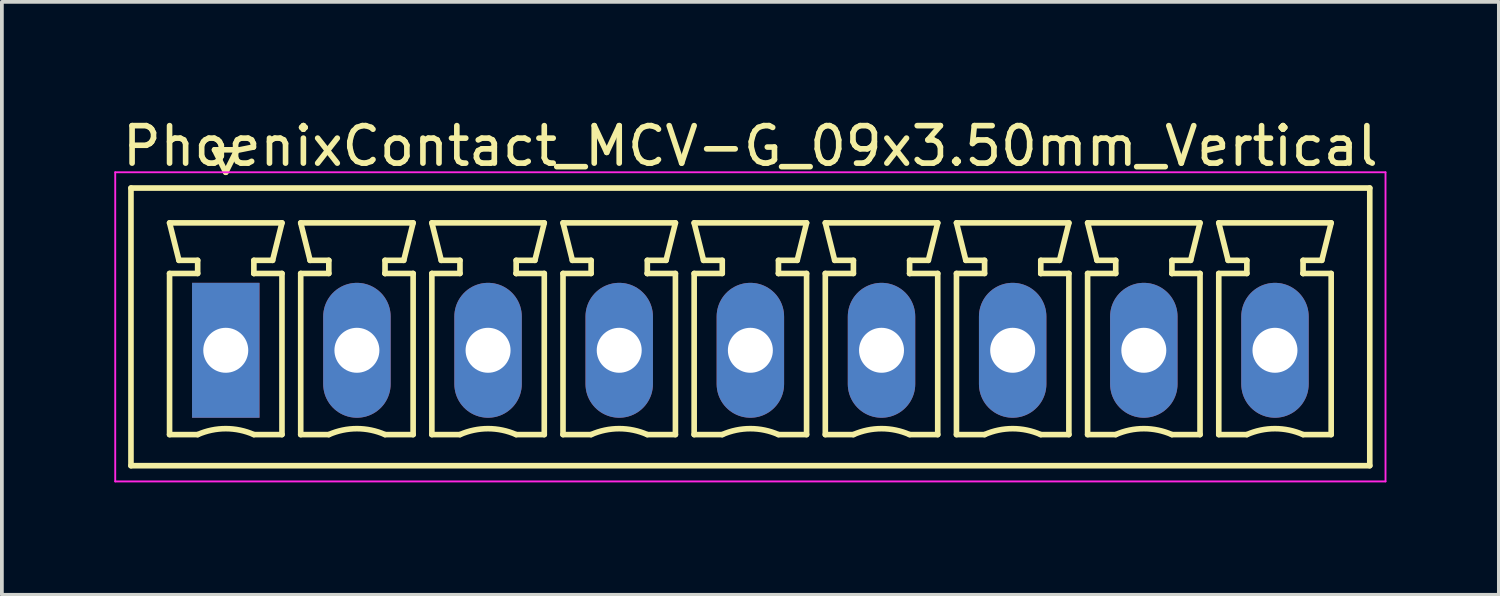
<source format=kicad_pcb>
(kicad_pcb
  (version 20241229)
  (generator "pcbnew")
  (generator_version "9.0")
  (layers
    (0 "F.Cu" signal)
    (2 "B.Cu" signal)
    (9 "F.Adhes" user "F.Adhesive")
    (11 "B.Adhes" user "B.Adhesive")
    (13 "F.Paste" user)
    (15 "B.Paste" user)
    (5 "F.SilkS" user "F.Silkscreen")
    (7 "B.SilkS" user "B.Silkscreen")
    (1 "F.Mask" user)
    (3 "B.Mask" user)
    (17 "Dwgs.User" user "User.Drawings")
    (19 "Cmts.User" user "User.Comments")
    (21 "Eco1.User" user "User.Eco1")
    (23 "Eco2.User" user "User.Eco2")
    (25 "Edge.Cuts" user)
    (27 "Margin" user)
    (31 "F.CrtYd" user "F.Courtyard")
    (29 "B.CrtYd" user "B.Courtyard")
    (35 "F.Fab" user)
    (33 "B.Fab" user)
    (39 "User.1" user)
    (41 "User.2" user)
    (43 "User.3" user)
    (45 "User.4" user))
  (footprint "PhoenixContact_MCV-G_09x3.50mm_Vertical"
    (layer "F.Cu")
    (at 2.975 6.298)
    (property "Reference" "PhoenixContact_MCV-G_09x3.50mm_Vertical" (at 14 -5.45 0) (layer "F.SilkS") (effects (font (size 1 1) (thickness 0.15))))
    (attr through_hole)
    (fp_line (start -2.53 -4.33) (end -2.53 3.08) (stroke (width 0.15) (type solid)) (layer "F.SilkS"))
    (fp_line (start -2.53 3.08) (end 30.53 3.08) (stroke (width 0.15) (type solid)) (layer "F.SilkS"))
    (fp_line (start -1.5 -3.4) (end 1.5 -3.4) (stroke (width 0.15) (type solid)) (layer "F.SilkS"))
    (fp_line (start -1.5 -2.05) (end -0.75 -2.05) (stroke (width 0.15) (type solid)) (layer "F.SilkS"))
    (fp_line (start -1.5 2.25) (end -1.5 -2.05) (stroke (width 0.15) (type solid)) (layer "F.SilkS"))
    (fp_line (start -1.25 -2.4) (end -1.5 -3.4) (stroke (width 0.15) (type solid)) (layer "F.SilkS"))
    (fp_line (start -0.75 -2.4) (end -1.25 -2.4) (stroke (width 0.15) (type solid)) (layer "F.SilkS"))
    (fp_line (start -0.75 -2.05) (end -0.75 -2.4) (stroke (width 0.15) (type solid)) (layer "F.SilkS"))
    (fp_line (start -0.75 2.25) (end -1.5 2.25) (stroke (width 0.15) (type solid)) (layer "F.SilkS"))
    (fp_line (start -0.3 -5.35) (end 0 -4.75) (stroke (width 0.15) (type solid)) (layer "F.SilkS"))
    (fp_line (start 0 -4.75) (end 0.3 -5.35) (stroke (width 0.15) (type solid)) (layer "F.SilkS"))
    (fp_line (start 0.3 -5.35) (end -0.3 -5.35) (stroke (width 0.15) (type solid)) (layer "F.SilkS"))
    (fp_line (start 0.75 -2.4) (end 0.75 -2.05) (stroke (width 0.15) (type solid)) (layer "F.SilkS"))
    (fp_line (start 0.75 -2.05) (end 0.75 -2.05) (stroke (width 0.15) (type solid)) (layer "F.SilkS"))
    (fp_line (start 0.75 -2.05) (end 1.5 -2.05) (stroke (width 0.15) (type solid)) (layer "F.SilkS"))
    (fp_line (start 1.25 -2.4) (end 0.75 -2.4) (stroke (width 0.15) (type solid)) (layer "F.SilkS"))
    (fp_line (start 1.5 -3.4) (end 1.25 -2.4) (stroke (width 0.15) (type solid)) (layer "F.SilkS"))
    (fp_line (start 1.5 -2.05) (end 1.5 2.25) (stroke (width 0.15) (type solid)) (layer "F.SilkS"))
    (fp_line (start 1.5 2.25) (end 0.75 2.25) (stroke (width 0.15) (type solid)) (layer "F.SilkS"))
    (fp_line (start 2 -3.4) (end 5 -3.4) (stroke (width 0.15) (type solid)) (layer "F.SilkS"))
    (fp_line (start 2 -2.05) (end 2.75 -2.05) (stroke (width 0.15) (type solid)) (layer "F.SilkS"))
    (fp_line (start 2 2.25) (end 2 -2.05) (stroke (width 0.15) (type solid)) (layer "F.SilkS"))
    (fp_line (start 2.25 -2.4) (end 2 -3.4) (stroke (width 0.15) (type solid)) (layer "F.SilkS"))
    (fp_line (start 2.75 -2.4) (end 2.25 -2.4) (stroke (width 0.15) (type solid)) (layer "F.SilkS"))
    (fp_line (start 2.75 -2.05) (end 2.75 -2.4) (stroke (width 0.15) (type solid)) (layer "F.SilkS"))
    (fp_line (start 2.75 2.25) (end 2 2.25) (stroke (width 0.15) (type solid)) (layer "F.SilkS"))
    (fp_line (start 4.25 -2.4) (end 4.25 -2.05) (stroke (width 0.15) (type solid)) (layer "F.SilkS"))
    (fp_line (start 4.25 -2.05) (end 4.25 -2.05) (stroke (width 0.15) (type solid)) (layer "F.SilkS"))
    (fp_line (start 4.25 -2.05) (end 5 -2.05) (stroke (width 0.15) (type solid)) (layer "F.SilkS"))
    (fp_line (start 4.75 -2.4) (end 4.25 -2.4) (stroke (width 0.15) (type solid)) (layer "F.SilkS"))
    (fp_line (start 5 -3.4) (end 4.75 -2.4) (stroke (width 0.15) (type solid)) (layer "F.SilkS"))
    (fp_line (start 5 -2.05) (end 5 2.25) (stroke (width 0.15) (type solid)) (layer "F.SilkS"))
    (fp_line (start 5 2.25) (end 4.25 2.25) (stroke (width 0.15) (type solid)) (layer "F.SilkS"))
    (fp_line (start 5.5 -3.4) (end 8.5 -3.4) (stroke (width 0.15) (type solid)) (layer "F.SilkS"))
    (fp_line (start 5.5 -2.05) (end 6.25 -2.05) (stroke (width 0.15) (type solid)) (layer "F.SilkS"))
    (fp_line (start 5.5 2.25) (end 5.5 -2.05) (stroke (width 0.15) (type solid)) (layer "F.SilkS"))
    (fp_line (start 5.75 -2.4) (end 5.5 -3.4) (stroke (width 0.15) (type solid)) (layer "F.SilkS"))
    (fp_line (start 6.25 -2.4) (end 5.75 -2.4) (stroke (width 0.15) (type solid)) (layer "F.SilkS"))
    (fp_line (start 6.25 -2.05) (end 6.25 -2.4) (stroke (width 0.15) (type solid)) (layer "F.SilkS"))
    (fp_line (start 6.25 2.25) (end 5.5 2.25) (stroke (width 0.15) (type solid)) (layer "F.SilkS"))
    (fp_line (start 7.75 -2.4) (end 7.75 -2.05) (stroke (width 0.15) (type solid)) (layer "F.SilkS"))
    (fp_line (start 7.75 -2.05) (end 7.75 -2.05) (stroke (width 0.15) (type solid)) (layer "F.SilkS"))
    (fp_line (start 7.75 -2.05) (end 8.5 -2.05) (stroke (width 0.15) (type solid)) (layer "F.SilkS"))
    (fp_line (start 8.25 -2.4) (end 7.75 -2.4) (stroke (width 0.15) (type solid)) (layer "F.SilkS"))
    (fp_line (start 8.5 -3.4) (end 8.25 -2.4) (stroke (width 0.15) (type solid)) (layer "F.SilkS"))
    (fp_line (start 8.5 -2.05) (end 8.5 2.25) (stroke (width 0.15) (type solid)) (layer "F.SilkS"))
    (fp_line (start 8.5 2.25) (end 7.75 2.25) (stroke (width 0.15) (type solid)) (layer "F.SilkS"))
    (fp_line (start 9 -3.4) (end 12 -3.4) (stroke (width 0.15) (type solid)) (layer "F.SilkS"))
    (fp_line (start 9 -2.05) (end 9.75 -2.05) (stroke (width 0.15) (type solid)) (layer "F.SilkS"))
    (fp_line (start 9 2.25) (end 9 -2.05) (stroke (width 0.15) (type solid)) (layer "F.SilkS"))
    (fp_line (start 9.25 -2.4) (end 9 -3.4) (stroke (width 0.15) (type solid)) (layer "F.SilkS"))
    (fp_line (start 9.75 -2.4) (end 9.25 -2.4) (stroke (width 0.15) (type solid)) (layer "F.SilkS"))
    (fp_line (start 9.75 -2.05) (end 9.75 -2.4) (stroke (width 0.15) (type solid)) (layer "F.SilkS"))
    (fp_line (start 9.75 2.25) (end 9 2.25) (stroke (width 0.15) (type solid)) (layer "F.SilkS"))
    (fp_line (start 11.25 -2.4) (end 11.25 -2.05) (stroke (width 0.15) (type solid)) (layer "F.SilkS"))
    (fp_line (start 11.25 -2.05) (end 11.25 -2.05) (stroke (width 0.15) (type solid)) (layer "F.SilkS"))
    (fp_line (start 11.25 -2.05) (end 12 -2.05) (stroke (width 0.15) (type solid)) (layer "F.SilkS"))
    (fp_line (start 11.75 -2.4) (end 11.25 -2.4) (stroke (width 0.15) (type solid)) (layer "F.SilkS"))
    (fp_line (start 12 -3.4) (end 11.75 -2.4) (stroke (width 0.15) (type solid)) (layer "F.SilkS"))
    (fp_line (start 12 -2.05) (end 12 2.25) (stroke (width 0.15) (type solid)) (layer "F.SilkS"))
    (fp_line (start 12 2.25) (end 11.25 2.25) (stroke (width 0.15) (type solid)) (layer "F.SilkS"))
    (fp_line (start 12.5 -3.4) (end 15.5 -3.4) (stroke (width 0.15) (type solid)) (layer "F.SilkS"))
    (fp_line (start 12.5 -2.05) (end 13.25 -2.05) (stroke (width 0.15) (type solid)) (layer "F.SilkS"))
    (fp_line (start 12.5 2.25) (end 12.5 -2.05) (stroke (width 0.15) (type solid)) (layer "F.SilkS"))
    (fp_line (start 12.75 -2.4) (end 12.5 -3.4) (stroke (width 0.15) (type solid)) (layer "F.SilkS"))
    (fp_line (start 13.25 -2.4) (end 12.75 -2.4) (stroke (width 0.15) (type solid)) (layer "F.SilkS"))
    (fp_line (start 13.25 -2.05) (end 13.25 -2.4) (stroke (width 0.15) (type solid)) (layer "F.SilkS"))
    (fp_line (start 13.25 2.25) (end 12.5 2.25) (stroke (width 0.15) (type solid)) (layer "F.SilkS"))
    (fp_line (start 14.75 -2.4) (end 14.75 -2.05) (stroke (width 0.15) (type solid)) (layer "F.SilkS"))
    (fp_line (start 14.75 -2.05) (end 14.75 -2.05) (stroke (width 0.15) (type solid)) (layer "F.SilkS"))
    (fp_line (start 14.75 -2.05) (end 15.5 -2.05) (stroke (width 0.15) (type solid)) (layer "F.SilkS"))
    (fp_line (start 15.25 -2.4) (end 14.75 -2.4) (stroke (width 0.15) (type solid)) (layer "F.SilkS"))
    (fp_line (start 15.5 -3.4) (end 15.25 -2.4) (stroke (width 0.15) (type solid)) (layer "F.SilkS"))
    (fp_line (start 15.5 -2.05) (end 15.5 2.25) (stroke (width 0.15) (type solid)) (layer "F.SilkS"))
    (fp_line (start 15.5 2.25) (end 14.75 2.25) (stroke (width 0.15) (type solid)) (layer "F.SilkS"))
    (fp_line (start 16 -3.4) (end 19 -3.4) (stroke (width 0.15) (type solid)) (layer "F.SilkS"))
    (fp_line (start 16 -2.05) (end 16.75 -2.05) (stroke (width 0.15) (type solid)) (layer "F.SilkS"))
    (fp_line (start 16 2.25) (end 16 -2.05) (stroke (width 0.15) (type solid)) (layer "F.SilkS"))
    (fp_line (start 16.25 -2.4) (end 16 -3.4) (stroke (width 0.15) (type solid)) (layer "F.SilkS"))
    (fp_line (start 16.75 -2.4) (end 16.25 -2.4) (stroke (width 0.15) (type solid)) (layer "F.SilkS"))
    (fp_line (start 16.75 -2.05) (end 16.75 -2.4) (stroke (width 0.15) (type solid)) (layer "F.SilkS"))
    (fp_line (start 16.75 2.25) (end 16 2.25) (stroke (width 0.15) (type solid)) (layer "F.SilkS"))
    (fp_line (start 18.25 -2.4) (end 18.25 -2.05) (stroke (width 0.15) (type solid)) (layer "F.SilkS"))
    (fp_line (start 18.25 -2.05) (end 18.25 -2.05) (stroke (width 0.15) (type solid)) (layer "F.SilkS"))
    (fp_line (start 18.25 -2.05) (end 19 -2.05) (stroke (width 0.15) (type solid)) (layer "F.SilkS"))
    (fp_line (start 18.75 -2.4) (end 18.25 -2.4) (stroke (width 0.15) (type solid)) (layer "F.SilkS"))
    (fp_line (start 19 -3.4) (end 18.75 -2.4) (stroke (width 0.15) (type solid)) (layer "F.SilkS"))
    (fp_line (start 19 -2.05) (end 19 2.25) (stroke (width 0.15) (type solid)) (layer "F.SilkS"))
    (fp_line (start 19 2.25) (end 18.25 2.25) (stroke (width 0.15) (type solid)) (layer "F.SilkS"))
    (fp_line (start 19.5 -3.4) (end 22.5 -3.4) (stroke (width 0.15) (type solid)) (layer "F.SilkS"))
    (fp_line (start 19.5 -2.05) (end 20.25 -2.05) (stroke (width 0.15) (type solid)) (layer "F.SilkS"))
    (fp_line (start 19.5 2.25) (end 19.5 -2.05) (stroke (width 0.15) (type solid)) (layer "F.SilkS"))
    (fp_line (start 19.75 -2.4) (end 19.5 -3.4) (stroke (width 0.15) (type solid)) (layer "F.SilkS"))
    (fp_line (start 20.25 -2.4) (end 19.75 -2.4) (stroke (width 0.15) (type solid)) (layer "F.SilkS"))
    (fp_line (start 20.25 -2.05) (end 20.25 -2.4) (stroke (width 0.15) (type solid)) (layer "F.SilkS"))
    (fp_line (start 20.25 2.25) (end 19.5 2.25) (stroke (width 0.15) (type solid)) (layer "F.SilkS"))
    (fp_line (start 21.75 -2.4) (end 21.75 -2.05) (stroke (width 0.15) (type solid)) (layer "F.SilkS"))
    (fp_line (start 21.75 -2.05) (end 21.75 -2.05) (stroke (width 0.15) (type solid)) (layer "F.SilkS"))
    (fp_line (start 21.75 -2.05) (end 22.5 -2.05) (stroke (width 0.15) (type solid)) (layer "F.SilkS"))
    (fp_line (start 22.25 -2.4) (end 21.75 -2.4) (stroke (width 0.15) (type solid)) (layer "F.SilkS"))
    (fp_line (start 22.5 -3.4) (end 22.25 -2.4) (stroke (width 0.15) (type solid)) (layer "F.SilkS"))
    (fp_line (start 22.5 -2.05) (end 22.5 2.25) (stroke (width 0.15) (type solid)) (layer "F.SilkS"))
    (fp_line (start 22.5 2.25) (end 21.75 2.25) (stroke (width 0.15) (type solid)) (layer "F.SilkS"))
    (fp_line (start 23 -3.4) (end 26 -3.4) (stroke (width 0.15) (type solid)) (layer "F.SilkS"))
    (fp_line (start 23 -2.05) (end 23.75 -2.05) (stroke (width 0.15) (type solid)) (layer "F.SilkS"))
    (fp_line (start 23 2.25) (end 23 -2.05) (stroke (width 0.15) (type solid)) (layer "F.SilkS"))
    (fp_line (start 23.25 -2.4) (end 23 -3.4) (stroke (width 0.15) (type solid)) (layer "F.SilkS"))
    (fp_line (start 23.75 -2.4) (end 23.25 -2.4) (stroke (width 0.15) (type solid)) (layer "F.SilkS"))
    (fp_line (start 23.75 -2.05) (end 23.75 -2.4) (stroke (width 0.15) (type solid)) (layer "F.SilkS"))
    (fp_line (start 23.75 2.25) (end 23 2.25) (stroke (width 0.15) (type solid)) (layer "F.SilkS"))
    (fp_line (start 25.25 -2.4) (end 25.25 -2.05) (stroke (width 0.15) (type solid)) (layer "F.SilkS"))
    (fp_line (start 25.25 -2.05) (end 25.25 -2.05) (stroke (width 0.15) (type solid)) (layer "F.SilkS"))
    (fp_line (start 25.25 -2.05) (end 26 -2.05) (stroke (width 0.15) (type solid)) (layer "F.SilkS"))
    (fp_line (start 25.75 -2.4) (end 25.25 -2.4) (stroke (width 0.15) (type solid)) (layer "F.SilkS"))
    (fp_line (start 26 -3.4) (end 25.75 -2.4) (stroke (width 0.15) (type solid)) (layer "F.SilkS"))
    (fp_line (start 26 -2.05) (end 26 2.25) (stroke (width 0.15) (type solid)) (layer "F.SilkS"))
    (fp_line (start 26 2.25) (end 25.25 2.25) (stroke (width 0.15) (type solid)) (layer "F.SilkS"))
    (fp_line (start 26.5 -3.4) (end 29.5 -3.4) (stroke (width 0.15) (type solid)) (layer "F.SilkS"))
    (fp_line (start 26.5 -2.05) (end 27.25 -2.05) (stroke (width 0.15) (type solid)) (layer "F.SilkS"))
    (fp_line (start 26.5 2.25) (end 26.5 -2.05) (stroke (width 0.15) (type solid)) (layer "F.SilkS"))
    (fp_line (start 26.75 -2.4) (end 26.5 -3.4) (stroke (width 0.15) (type solid)) (layer "F.SilkS"))
    (fp_line (start 27.25 -2.4) (end 26.75 -2.4) (stroke (width 0.15) (type solid)) (layer "F.SilkS"))
    (fp_line (start 27.25 -2.05) (end 27.25 -2.4) (stroke (width 0.15) (type solid)) (layer "F.SilkS"))
    (fp_line (start 27.25 2.25) (end 26.5 2.25) (stroke (width 0.15) (type solid)) (layer "F.SilkS"))
    (fp_line (start 28.75 -2.4) (end 28.75 -2.05) (stroke (width 0.15) (type solid)) (layer "F.SilkS"))
    (fp_line (start 28.75 -2.05) (end 28.75 -2.05) (stroke (width 0.15) (type solid)) (layer "F.SilkS"))
    (fp_line (start 28.75 -2.05) (end 29.5 -2.05) (stroke (width 0.15) (type solid)) (layer "F.SilkS"))
    (fp_line (start 29.25 -2.4) (end 28.75 -2.4) (stroke (width 0.15) (type solid)) (layer "F.SilkS"))
    (fp_line (start 29.5 -3.4) (end 29.25 -2.4) (stroke (width 0.15) (type solid)) (layer "F.SilkS"))
    (fp_line (start 29.5 -2.05) (end 29.5 2.25) (stroke (width 0.15) (type solid)) (layer "F.SilkS"))
    (fp_line (start 29.5 2.25) (end 28.75 2.25) (stroke (width 0.15) (type solid)) (layer "F.SilkS"))
    (fp_line (start 30.53 -4.33) (end -2.53 -4.33) (stroke (width 0.15) (type solid)) (layer "F.SilkS"))
    (fp_line (start 30.53 3.08) (end 30.53 -4.33) (stroke (width 0.15) (type solid)) (layer "F.SilkS"))
    (fp_arc (start -0.75 2.25) (mid -0.000193 2.09191) (end 0.749647 2.249844) (stroke (width 0.15) (type solid)) (layer "F.SilkS"))
    (fp_arc (start 2.75 2.25) (mid 3.499807 2.09191) (end 4.249647 2.249844) (stroke (width 0.15) (type solid)) (layer "F.SilkS"))
    (fp_arc (start 6.25 2.25) (mid 6.999807 2.09191) (end 7.749647 2.249844) (stroke (width 0.15) (type solid)) (layer "F.SilkS"))
    (fp_arc (start 9.75 2.25) (mid 10.499807 2.09191) (end 11.249647 2.249844) (stroke (width 0.15) (type solid)) (layer "F.SilkS"))
    (fp_arc (start 13.25 2.25) (mid 13.999807 2.09191) (end 14.749647 2.249844) (stroke (width 0.15) (type solid)) (layer "F.SilkS"))
    (fp_arc (start 16.75 2.25) (mid 17.499807 2.09191) (end 18.249647 2.249844) (stroke (width 0.15) (type solid)) (layer "F.SilkS"))
    (fp_arc (start 20.25 2.25) (mid 20.999807 2.09191) (end 21.749647 2.249844) (stroke (width 0.15) (type solid)) (layer "F.SilkS"))
    (fp_arc (start 23.75 2.25) (mid 24.499807 2.09191) (end 25.249647 2.249844) (stroke (width 0.15) (type solid)) (layer "F.SilkS"))
    (fp_arc (start 27.25 2.25) (mid 27.999807 2.09191) (end 28.749647 2.249844) (stroke (width 0.15) (type solid)) (layer "F.SilkS"))
    (fp_line (start -2.95 -4.75) (end -2.95 3.5) (stroke (width 0.05) (type solid)) (layer "F.CrtYd"))
    (fp_line (start -2.95 3.5) (end 30.95 3.5) (stroke (width 0.05) (type solid)) (layer "F.CrtYd"))
    (fp_line (start 30.95 -4.75) (end -2.95 -4.75) (stroke (width 0.05) (type solid)) (layer "F.CrtYd"))
    (fp_line (start 30.95 3.5) (end 30.95 -4.75) (stroke (width 0.05) (type solid)) (layer "F.CrtYd"))
    (pad "1" thru_hole rect (at 0 0) (size 1.8 3.6) (drill 1.2) (layers "*.Cu" "*.Mask"))
    (pad "2" thru_hole oval (at 3.5 0) (size 1.8 3.6) (drill 1.2) (layers "*.Cu" "*.Mask"))
    (pad "3" thru_hole oval (at 7 0) (size 1.8 3.6) (drill 1.2) (layers "*.Cu" "*.Mask"))
    (pad "4" thru_hole oval (at 10.5 0) (size 1.8 3.6) (drill 1.2) (layers "*.Cu" "*.Mask"))
    (pad "5" thru_hole oval (at 14 0) (size 1.8 3.6) (drill 1.2) (layers "*.Cu" "*.Mask"))
    (pad "6" thru_hole oval (at 17.5 0) (size 1.8 3.6) (drill 1.2) (layers "*.Cu" "*.Mask"))
    (pad "7" thru_hole oval (at 21 0) (size 1.8 3.6) (drill 1.2) (layers "*.Cu" "*.Mask"))
    (pad "8" thru_hole oval (at 24.5 0) (size 1.8 3.6) (drill 1.2) (layers "*.Cu" "*.Mask"))
    (pad "9" thru_hole oval (at 28 0) (size 1.8 3.6) (drill 1.2) (layers "*.Cu" "*.Mask")))
  (gr_rect
    (start -3 -3)
    (end 36.95 12.823)
    (stroke (width 0.1) (type default))
    (fill no)
    (layer "Edge.Cuts")))
</source>
